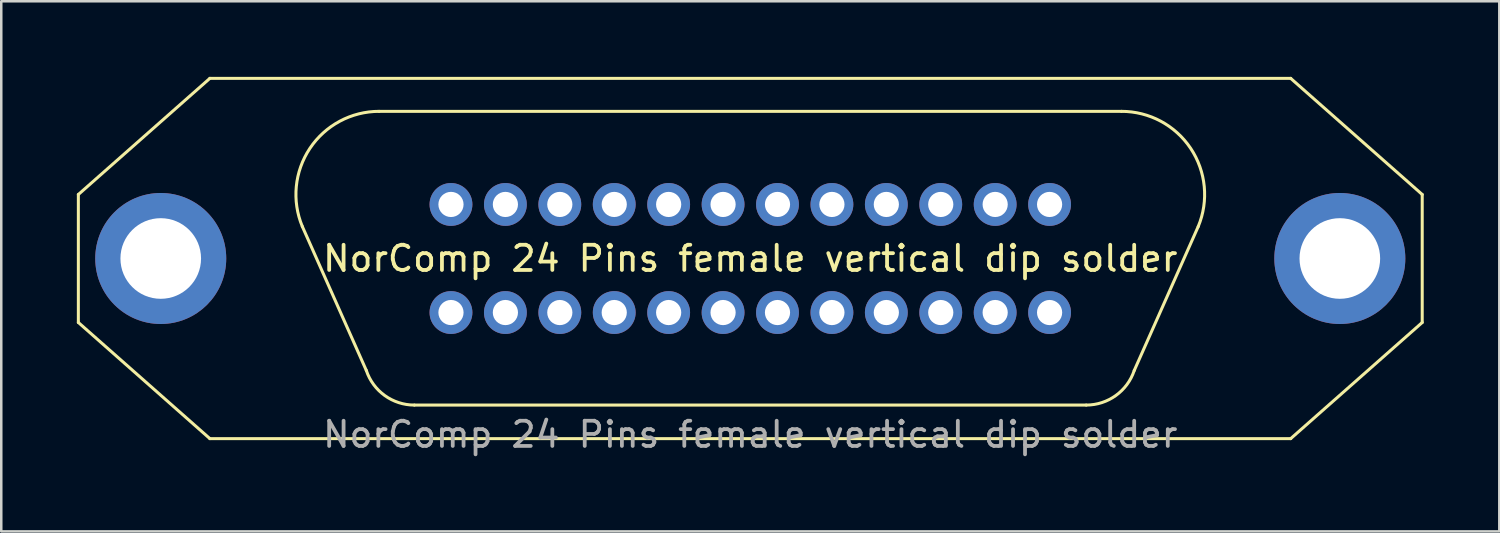
<source format=kicad_pcb>
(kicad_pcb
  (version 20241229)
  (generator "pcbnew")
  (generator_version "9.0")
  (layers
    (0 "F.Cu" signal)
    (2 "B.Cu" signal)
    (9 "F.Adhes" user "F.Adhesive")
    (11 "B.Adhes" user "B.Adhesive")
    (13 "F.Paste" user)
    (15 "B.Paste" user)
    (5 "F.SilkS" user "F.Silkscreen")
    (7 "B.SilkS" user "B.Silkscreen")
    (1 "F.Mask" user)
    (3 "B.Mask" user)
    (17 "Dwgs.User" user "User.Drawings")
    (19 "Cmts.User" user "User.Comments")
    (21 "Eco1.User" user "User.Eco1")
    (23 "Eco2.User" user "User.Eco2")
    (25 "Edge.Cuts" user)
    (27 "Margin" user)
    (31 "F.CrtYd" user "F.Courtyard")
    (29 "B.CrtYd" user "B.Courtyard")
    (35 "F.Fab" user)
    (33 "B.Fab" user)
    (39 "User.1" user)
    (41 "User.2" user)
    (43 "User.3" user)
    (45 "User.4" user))
  (footprint "NorComp 24 Pins female vertical dip solder"
    (layer "F.Cu")
    (at 26.73 7.21)
    (property "Reference" "NorComp 24 Pins female vertical dip solder" (at 0 0 0) (unlocked yes) (layer "F.SilkS") (effects (font (size 1 1) (thickness 0.15))))
    (attr through_hole)
    (fp_line (start -26.67 -2.54) (end -26.67 2.54) (stroke (width 0.12) (type default)) (layer "F.SilkS"))
    (fp_line (start -26.67 2.54) (end -21.45 7.15) (stroke (width 0.12) (type default)) (layer "F.SilkS"))
    (fp_line (start -21.45 -7.15) (end -26.67 -2.54) (stroke (width 0.12) (type default)) (layer "F.SilkS"))
    (fp_line (start -21.45 -7.15) (end 21.45 -7.15) (stroke (width 0.12) (type default)) (layer "F.SilkS"))
    (fp_line (start -21.45 7.15) (end 21.45 7.15) (stroke (width 0.12) (type default)) (layer "F.SilkS"))
    (fp_line (start -17.78 -1.27) (end -15.24 4.445) (stroke (width 0.12) (type default)) (layer "F.SilkS"))
    (fp_line (start -14.734 -5.84) (end 14.734 -5.84) (stroke (width 0.12) (type default)) (layer "F.SilkS"))
    (fp_line (start -13.335 5.818) (end 13.335 5.818) (stroke (width 0.12) (type default)) (layer "F.SilkS"))
    (fp_line (start 17.78 -1.27) (end 15.24 4.445) (stroke (width 0.12) (type default)) (layer "F.SilkS"))
    (fp_line (start 21.45 7.15) (end 26.67 2.54) (stroke (width 0.12) (type default)) (layer "F.SilkS"))
    (fp_line (start 26.67 -2.54) (end 21.45 -7.15) (stroke (width 0.12) (type default)) (layer "F.SilkS"))
    (fp_line (start 26.67 2.54) (end 26.67 -2.54) (stroke (width 0.12) (type default)) (layer "F.SilkS"))
    (fp_arc (start -17.779999 -1.27) (mid -17.480027 -4.370433) (end -14.733766 -5.840369) (stroke (width 0.12) (type default)) (layer "F.SilkS"))
    (fp_arc (start -13.335 5.818046) (mid -14.509125 5.439012) (end -15.24 4.445) (stroke (width 0.12) (type default)) (layer "F.SilkS"))
    (fp_arc (start 14.733766 -5.840369) (mid 17.480027 -4.370433) (end 17.779999 -1.27) (stroke (width 0.12) (type default)) (layer "F.SilkS"))
    (fp_arc (start 15.24 4.445) (mid 14.509125 5.439012) (end 13.335 5.818046) (stroke (width 0.12) (type default)) (layer "F.SilkS"))
    (fp_text user "${REFERENCE}" (at 0 6.985 0) (unlocked yes) (layer "F.Fab") (effects (font (size 1 1) (thickness 0.15))))
    (pad "" np_thru_hole circle (at -23.4 0) (size 5.2 5.2) (drill 3.2) (layers "*.Cu" "*.Mask"))
    (pad "" np_thru_hole circle (at 23.4 0) (size 5.2 5.2) (drill 3.2) (layers "*.Cu" "*.Mask"))
    (pad "1" thru_hole circle (at 11.88 -2.145) (size 1.7 1.7) (drill 1) (layers "*.Cu" "*.Mask"))
    (pad "2" thru_hole circle (at 9.72 -2.145) (size 1.7 1.7) (drill 1) (layers "*.Cu" "*.Mask"))
    (pad "3" thru_hole circle (at 7.56 -2.145) (size 1.7 1.7) (drill 1) (layers "*.Cu" "*.Mask"))
    (pad "4" thru_hole circle (at 5.4 -2.145) (size 1.7 1.7) (drill 1) (layers "*.Cu" "*.Mask"))
    (pad "5" thru_hole circle (at 3.24 -2.145) (size 1.7 1.7) (drill 1) (layers "*.Cu" "*.Mask"))
    (pad "6" thru_hole circle (at 1.08 -2.145) (size 1.7 1.7) (drill 1) (layers "*.Cu" "*.Mask"))
    (pad "7" thru_hole circle (at -1.08 -2.145) (size 1.7 1.7) (drill 1) (layers "*.Cu" "*.Mask"))
    (pad "8" thru_hole circle (at -3.24 -2.145) (size 1.7 1.7) (drill 1) (layers "*.Cu" "*.Mask"))
    (pad "9" thru_hole circle (at -5.4 -2.145) (size 1.7 1.7) (drill 1) (layers "*.Cu" "*.Mask"))
    (pad "10" thru_hole circle (at -7.56 -2.145) (size 1.7 1.7) (drill 1) (layers "*.Cu" "*.Mask"))
    (pad "11" thru_hole circle (at -9.72 -2.145) (size 1.7 1.7) (drill 1) (layers "*.Cu" "*.Mask"))
    (pad "12" thru_hole circle (at -11.88 -2.145) (size 1.7 1.7) (drill 1) (layers "*.Cu" "*.Mask"))
    (pad "13" thru_hole circle (at 11.88 2.145) (size 1.7 1.7) (drill 1) (layers "*.Cu" "*.Mask"))
    (pad "14" thru_hole circle (at 9.72 2.145) (size 1.7 1.7) (drill 1) (layers "*.Cu" "*.Mask"))
    (pad "15" thru_hole circle (at 7.56 2.145) (size 1.7 1.7) (drill 1) (layers "*.Cu" "*.Mask"))
    (pad "16" thru_hole circle (at 5.4 2.145) (size 1.7 1.7) (drill 1) (layers "*.Cu" "*.Mask"))
    (pad "17" thru_hole circle (at 3.24 2.145) (size 1.7 1.7) (drill 1) (layers "*.Cu" "*.Mask"))
    (pad "18" thru_hole circle (at 1.08 2.145) (size 1.7 1.7) (drill 1) (layers "*.Cu" "*.Mask"))
    (pad "19" thru_hole circle (at -1.08 2.145) (size 1.7 1.7) (drill 1) (layers "*.Cu" "*.Mask"))
    (pad "20" thru_hole circle (at -3.24 2.145) (size 1.7 1.7) (drill 1) (layers "*.Cu" "*.Mask"))
    (pad "21" thru_hole circle (at -5.4 2.145) (size 1.7 1.7) (drill 1) (layers "*.Cu" "*.Mask"))
    (pad "22" thru_hole circle (at -7.56 2.145) (size 1.7 1.7) (drill 1) (layers "*.Cu" "*.Mask"))
    (pad "23" thru_hole circle (at -9.72 2.145) (size 1.7 1.7) (drill 1) (layers "*.Cu" "*.Mask"))
    (pad "24" thru_hole circle (at -11.88 2.145) (size 1.7 1.7) (drill 1) (layers "*.Cu" "*.Mask")))
  (gr_rect
    (start -3 -3)
    (end 56.46 18.043)
    (stroke (width 0.1) (type default))
    (fill no)
    (layer "Edge.Cuts")))
</source>
